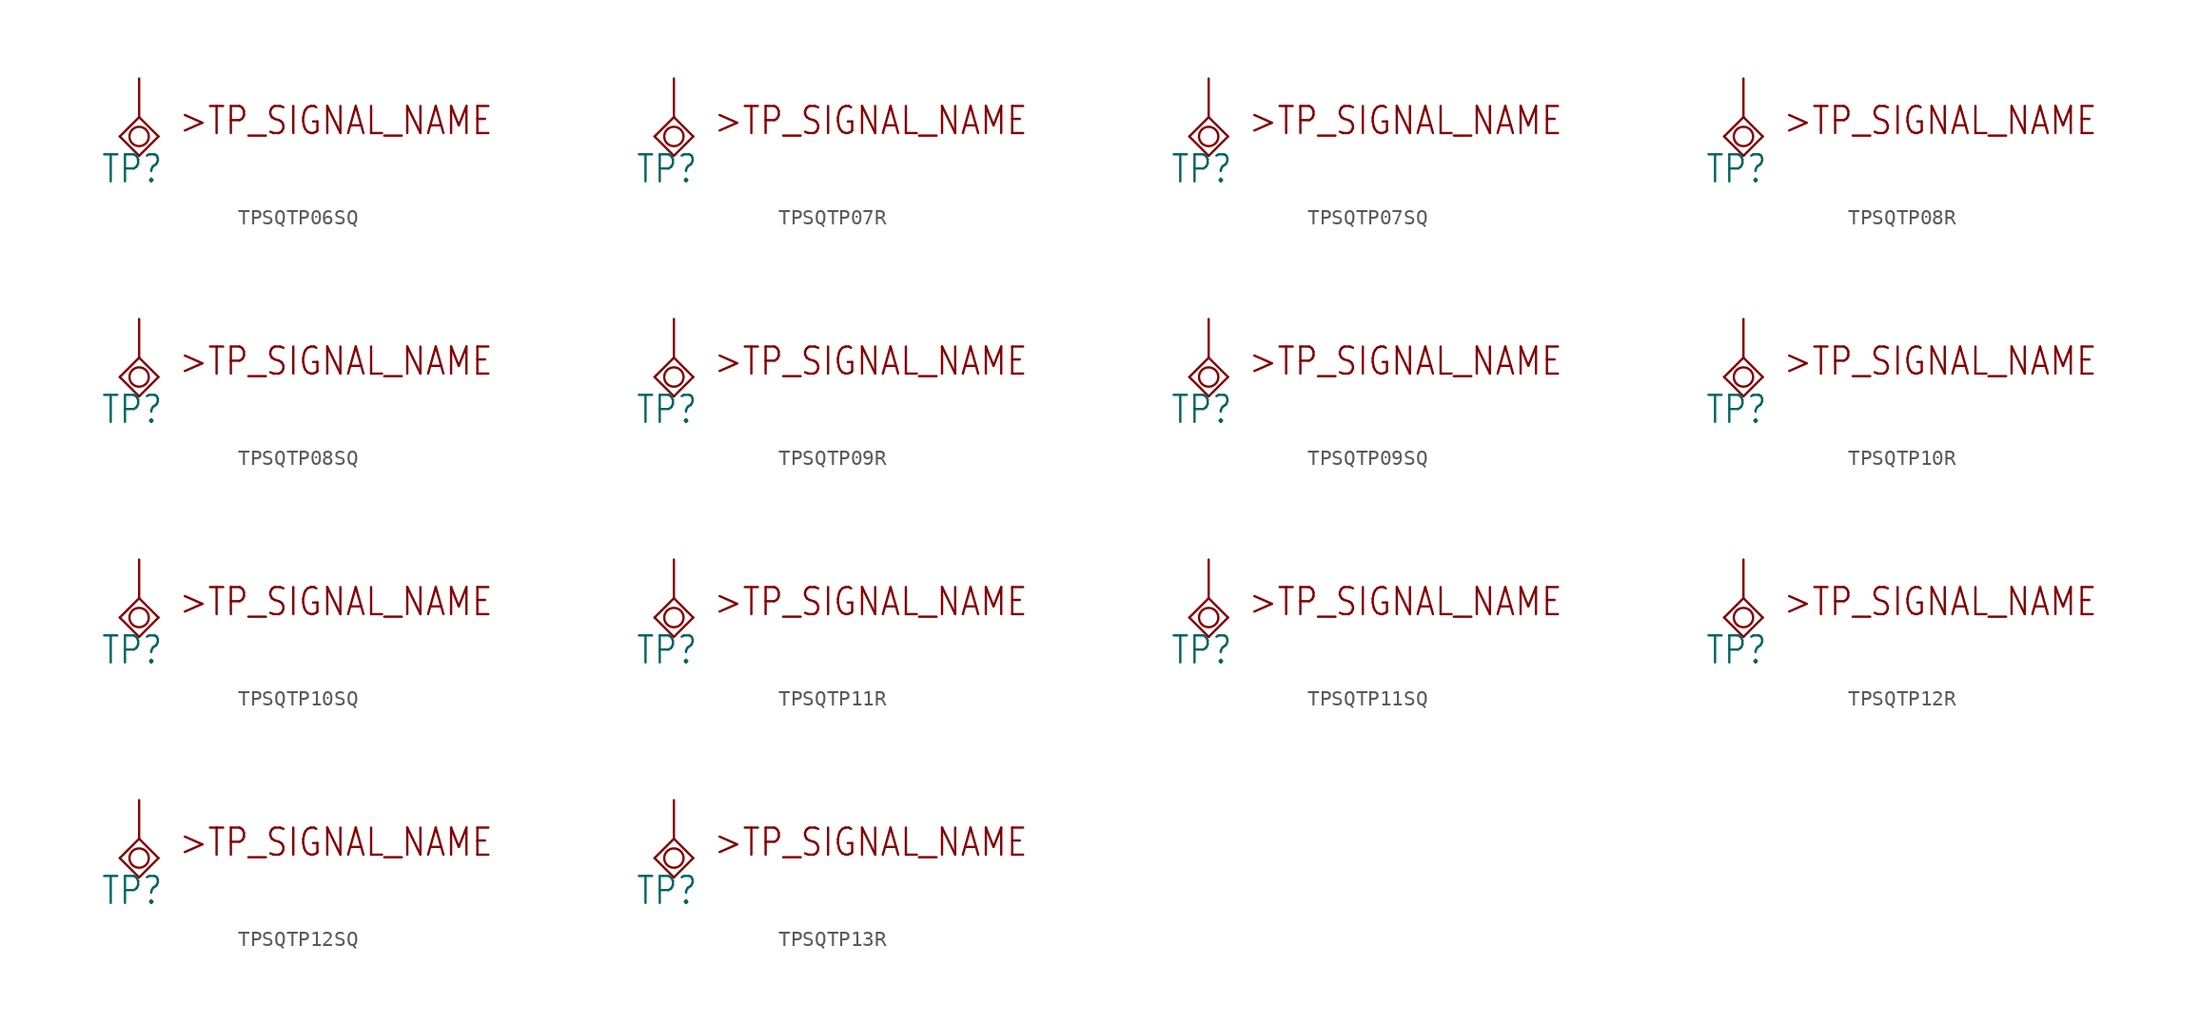
<source format=kicad_sym>
(kicad_symbol_lib
  (version 20200126)
  (host kicad_symbol_editor "(5.99.0-2281-g2f31bf278-dirty)")
  (symbol "TPSQTP06SQ"
    (property "Reference" "TP"
      (at -2.54 -4.445 0)
      (effects (font (size 1.778 1.511)) (justify left bottom)))
    (property "ki_locked" ""
      (at 0 0 0)
      (effects (font (size 1.27 1.27))))
    (symbol "TPSQTP06SQ_1_0"
      (circle (center 0 -1.27) (radius 0.635) (stroke (width 0.152)) (fill (type none)))
      (text ">TP_SIGNAL_NAME" (at 2.54 -1.27 0) (effects (font (size 1.778 1.511)) (justify left bottom)))
      (polyline (pts (xy 0 -2.54) (xy 1.27 -1.27)) (stroke (width 0.152)) (fill (type none)))
      (polyline (pts (xy 1.27 -1.27) (xy 0 0)) (stroke (width 0.152)) (fill (type none)))
      (polyline (pts (xy 0 0) (xy -1.27 -1.27)) (stroke (width 0.152)) (fill (type none)))
      (polyline (pts (xy -1.27 -1.27) (xy 0 -2.54)) (stroke (width 0.152)) (fill (type none)))
      (pin input line (at 0 2.54 270) (length 2.54) (name "TP" (effects (font (size 0 0)))) (number "TP" (effects (font (size 0 0)))))))
  (symbol "TPSQTP07R"
    (property "Reference" "TP"
      (at -2.54 -4.445 0)
      (effects (font (size 1.778 1.511)) (justify left bottom)))
    (property "ki_locked" ""
      (at 0 0 0)
      (effects (font (size 1.27 1.27))))
    (symbol "TPSQTP07R_1_0"
      (circle (center 0 -1.27) (radius 0.635) (stroke (width 0.152)) (fill (type none)))
      (text ">TP_SIGNAL_NAME" (at 2.54 -1.27 0) (effects (font (size 1.778 1.511)) (justify left bottom)))
      (polyline (pts (xy 0 -2.54) (xy 1.27 -1.27)) (stroke (width 0.152)) (fill (type none)))
      (polyline (pts (xy 1.27 -1.27) (xy 0 0)) (stroke (width 0.152)) (fill (type none)))
      (polyline (pts (xy 0 0) (xy -1.27 -1.27)) (stroke (width 0.152)) (fill (type none)))
      (polyline (pts (xy -1.27 -1.27) (xy 0 -2.54)) (stroke (width 0.152)) (fill (type none)))
      (pin input line (at 0 2.54 270) (length 2.54) (name "TP" (effects (font (size 0 0)))) (number "TP" (effects (font (size 0 0)))))))
  (symbol "TPSQTP07SQ"
    (property "Reference" "TP"
      (at -2.54 -4.445 0)
      (effects (font (size 1.778 1.511)) (justify left bottom)))
    (property "ki_locked" ""
      (at 0 0 0)
      (effects (font (size 1.27 1.27))))
    (symbol "TPSQTP07SQ_1_0"
      (circle (center 0 -1.27) (radius 0.635) (stroke (width 0.152)) (fill (type none)))
      (text ">TP_SIGNAL_NAME" (at 2.54 -1.27 0) (effects (font (size 1.778 1.511)) (justify left bottom)))
      (polyline (pts (xy 0 -2.54) (xy 1.27 -1.27)) (stroke (width 0.152)) (fill (type none)))
      (polyline (pts (xy 1.27 -1.27) (xy 0 0)) (stroke (width 0.152)) (fill (type none)))
      (polyline (pts (xy 0 0) (xy -1.27 -1.27)) (stroke (width 0.152)) (fill (type none)))
      (polyline (pts (xy -1.27 -1.27) (xy 0 -2.54)) (stroke (width 0.152)) (fill (type none)))
      (pin input line (at 0 2.54 270) (length 2.54) (name "TP" (effects (font (size 0 0)))) (number "TP" (effects (font (size 0 0)))))))
  (symbol "TPSQTP08R"
    (property "Reference" "TP"
      (at -2.54 -4.445 0)
      (effects (font (size 1.778 1.511)) (justify left bottom)))
    (property "ki_locked" ""
      (at 0 0 0)
      (effects (font (size 1.27 1.27))))
    (symbol "TPSQTP08R_1_0"
      (circle (center 0 -1.27) (radius 0.635) (stroke (width 0.152)) (fill (type none)))
      (text ">TP_SIGNAL_NAME" (at 2.54 -1.27 0) (effects (font (size 1.778 1.511)) (justify left bottom)))
      (polyline (pts (xy 0 -2.54) (xy 1.27 -1.27)) (stroke (width 0.152)) (fill (type none)))
      (polyline (pts (xy 1.27 -1.27) (xy 0 0)) (stroke (width 0.152)) (fill (type none)))
      (polyline (pts (xy 0 0) (xy -1.27 -1.27)) (stroke (width 0.152)) (fill (type none)))
      (polyline (pts (xy -1.27 -1.27) (xy 0 -2.54)) (stroke (width 0.152)) (fill (type none)))
      (pin input line (at 0 2.54 270) (length 2.54) (name "TP" (effects (font (size 0 0)))) (number "TP" (effects (font (size 0 0)))))))
  (symbol "TPSQTP08SQ"
    (property "Reference" "TP"
      (at -2.54 -4.445 0)
      (effects (font (size 1.778 1.511)) (justify left bottom)))
    (property "ki_locked" ""
      (at 0 0 0)
      (effects (font (size 1.27 1.27))))
    (symbol "TPSQTP08SQ_1_0"
      (circle (center 0 -1.27) (radius 0.635) (stroke (width 0.152)) (fill (type none)))
      (text ">TP_SIGNAL_NAME" (at 2.54 -1.27 0) (effects (font (size 1.778 1.511)) (justify left bottom)))
      (polyline (pts (xy 0 -2.54) (xy 1.27 -1.27)) (stroke (width 0.152)) (fill (type none)))
      (polyline (pts (xy 1.27 -1.27) (xy 0 0)) (stroke (width 0.152)) (fill (type none)))
      (polyline (pts (xy 0 0) (xy -1.27 -1.27)) (stroke (width 0.152)) (fill (type none)))
      (polyline (pts (xy -1.27 -1.27) (xy 0 -2.54)) (stroke (width 0.152)) (fill (type none)))
      (pin input line (at 0 2.54 270) (length 2.54) (name "TP" (effects (font (size 0 0)))) (number "TP" (effects (font (size 0 0)))))))
  (symbol "TPSQTP09R"
    (property "Reference" "TP"
      (at -2.54 -4.445 0)
      (effects (font (size 1.778 1.511)) (justify left bottom)))
    (property "ki_locked" ""
      (at 0 0 0)
      (effects (font (size 1.27 1.27))))
    (symbol "TPSQTP09R_1_0"
      (circle (center 0 -1.27) (radius 0.635) (stroke (width 0.152)) (fill (type none)))
      (text ">TP_SIGNAL_NAME" (at 2.54 -1.27 0) (effects (font (size 1.778 1.511)) (justify left bottom)))
      (polyline (pts (xy 0 -2.54) (xy 1.27 -1.27)) (stroke (width 0.152)) (fill (type none)))
      (polyline (pts (xy 1.27 -1.27) (xy 0 0)) (stroke (width 0.152)) (fill (type none)))
      (polyline (pts (xy 0 0) (xy -1.27 -1.27)) (stroke (width 0.152)) (fill (type none)))
      (polyline (pts (xy -1.27 -1.27) (xy 0 -2.54)) (stroke (width 0.152)) (fill (type none)))
      (pin input line (at 0 2.54 270) (length 2.54) (name "TP" (effects (font (size 0 0)))) (number "TP" (effects (font (size 0 0)))))))
  (symbol "TPSQTP09SQ"
    (property "Reference" "TP"
      (at -2.54 -4.445 0)
      (effects (font (size 1.778 1.511)) (justify left bottom)))
    (property "ki_locked" ""
      (at 0 0 0)
      (effects (font (size 1.27 1.27))))
    (symbol "TPSQTP09SQ_1_0"
      (circle (center 0 -1.27) (radius 0.635) (stroke (width 0.152)) (fill (type none)))
      (text ">TP_SIGNAL_NAME" (at 2.54 -1.27 0) (effects (font (size 1.778 1.511)) (justify left bottom)))
      (polyline (pts (xy 0 -2.54) (xy 1.27 -1.27)) (stroke (width 0.152)) (fill (type none)))
      (polyline (pts (xy 1.27 -1.27) (xy 0 0)) (stroke (width 0.152)) (fill (type none)))
      (polyline (pts (xy 0 0) (xy -1.27 -1.27)) (stroke (width 0.152)) (fill (type none)))
      (polyline (pts (xy -1.27 -1.27) (xy 0 -2.54)) (stroke (width 0.152)) (fill (type none)))
      (pin input line (at 0 2.54 270) (length 2.54) (name "TP" (effects (font (size 0 0)))) (number "TP" (effects (font (size 0 0)))))))
  (symbol "TPSQTP10R"
    (property "Reference" "TP"
      (at -2.54 -4.445 0)
      (effects (font (size 1.778 1.511)) (justify left bottom)))
    (property "ki_locked" ""
      (at 0 0 0)
      (effects (font (size 1.27 1.27))))
    (symbol "TPSQTP10R_1_0"
      (circle (center 0 -1.27) (radius 0.635) (stroke (width 0.152)) (fill (type none)))
      (text ">TP_SIGNAL_NAME" (at 2.54 -1.27 0) (effects (font (size 1.778 1.511)) (justify left bottom)))
      (polyline (pts (xy 0 -2.54) (xy 1.27 -1.27)) (stroke (width 0.152)) (fill (type none)))
      (polyline (pts (xy 1.27 -1.27) (xy 0 0)) (stroke (width 0.152)) (fill (type none)))
      (polyline (pts (xy 0 0) (xy -1.27 -1.27)) (stroke (width 0.152)) (fill (type none)))
      (polyline (pts (xy -1.27 -1.27) (xy 0 -2.54)) (stroke (width 0.152)) (fill (type none)))
      (pin input line (at 0 2.54 270) (length 2.54) (name "TP" (effects (font (size 0 0)))) (number "TP" (effects (font (size 0 0)))))))
  (symbol "TPSQTP10SQ"
    (property "Reference" "TP"
      (at -2.54 -4.445 0)
      (effects (font (size 1.778 1.511)) (justify left bottom)))
    (property "ki_locked" ""
      (at 0 0 0)
      (effects (font (size 1.27 1.27))))
    (symbol "TPSQTP10SQ_1_0"
      (circle (center 0 -1.27) (radius 0.635) (stroke (width 0.152)) (fill (type none)))
      (text ">TP_SIGNAL_NAME" (at 2.54 -1.27 0) (effects (font (size 1.778 1.511)) (justify left bottom)))
      (polyline (pts (xy 0 -2.54) (xy 1.27 -1.27)) (stroke (width 0.152)) (fill (type none)))
      (polyline (pts (xy 1.27 -1.27) (xy 0 0)) (stroke (width 0.152)) (fill (type none)))
      (polyline (pts (xy 0 0) (xy -1.27 -1.27)) (stroke (width 0.152)) (fill (type none)))
      (polyline (pts (xy -1.27 -1.27) (xy 0 -2.54)) (stroke (width 0.152)) (fill (type none)))
      (pin input line (at 0 2.54 270) (length 2.54) (name "TP" (effects (font (size 0 0)))) (number "TP" (effects (font (size 0 0)))))))
  (symbol "TPSQTP11R"
    (property "Reference" "TP"
      (at -2.54 -4.445 0)
      (effects (font (size 1.778 1.511)) (justify left bottom)))
    (property "ki_locked" ""
      (at 0 0 0)
      (effects (font (size 1.27 1.27))))
    (symbol "TPSQTP11R_1_0"
      (circle (center 0 -1.27) (radius 0.635) (stroke (width 0.152)) (fill (type none)))
      (text ">TP_SIGNAL_NAME" (at 2.54 -1.27 0) (effects (font (size 1.778 1.511)) (justify left bottom)))
      (polyline (pts (xy 0 -2.54) (xy 1.27 -1.27)) (stroke (width 0.152)) (fill (type none)))
      (polyline (pts (xy 1.27 -1.27) (xy 0 0)) (stroke (width 0.152)) (fill (type none)))
      (polyline (pts (xy 0 0) (xy -1.27 -1.27)) (stroke (width 0.152)) (fill (type none)))
      (polyline (pts (xy -1.27 -1.27) (xy 0 -2.54)) (stroke (width 0.152)) (fill (type none)))
      (pin input line (at 0 2.54 270) (length 2.54) (name "TP" (effects (font (size 0 0)))) (number "TP" (effects (font (size 0 0)))))))
  (symbol "TPSQTP11SQ"
    (property "Reference" "TP"
      (at -2.54 -4.445 0)
      (effects (font (size 1.778 1.511)) (justify left bottom)))
    (property "ki_locked" ""
      (at 0 0 0)
      (effects (font (size 1.27 1.27))))
    (symbol "TPSQTP11SQ_1_0"
      (circle (center 0 -1.27) (radius 0.635) (stroke (width 0.152)) (fill (type none)))
      (text ">TP_SIGNAL_NAME" (at 2.54 -1.27 0) (effects (font (size 1.778 1.511)) (justify left bottom)))
      (polyline (pts (xy 0 -2.54) (xy 1.27 -1.27)) (stroke (width 0.152)) (fill (type none)))
      (polyline (pts (xy 1.27 -1.27) (xy 0 0)) (stroke (width 0.152)) (fill (type none)))
      (polyline (pts (xy 0 0) (xy -1.27 -1.27)) (stroke (width 0.152)) (fill (type none)))
      (polyline (pts (xy -1.27 -1.27) (xy 0 -2.54)) (stroke (width 0.152)) (fill (type none)))
      (pin input line (at 0 2.54 270) (length 2.54) (name "TP" (effects (font (size 0 0)))) (number "TP" (effects (font (size 0 0)))))))
  (symbol "TPSQTP12R"
    (property "Reference" "TP"
      (at -2.54 -4.445 0)
      (effects (font (size 1.778 1.511)) (justify left bottom)))
    (property "ki_locked" ""
      (at 0 0 0)
      (effects (font (size 1.27 1.27))))
    (symbol "TPSQTP12R_1_0"
      (circle (center 0 -1.27) (radius 0.635) (stroke (width 0.152)) (fill (type none)))
      (text ">TP_SIGNAL_NAME" (at 2.54 -1.27 0) (effects (font (size 1.778 1.511)) (justify left bottom)))
      (polyline (pts (xy 0 -2.54) (xy 1.27 -1.27)) (stroke (width 0.152)) (fill (type none)))
      (polyline (pts (xy 1.27 -1.27) (xy 0 0)) (stroke (width 0.152)) (fill (type none)))
      (polyline (pts (xy 0 0) (xy -1.27 -1.27)) (stroke (width 0.152)) (fill (type none)))
      (polyline (pts (xy -1.27 -1.27) (xy 0 -2.54)) (stroke (width 0.152)) (fill (type none)))
      (pin input line (at 0 2.54 270) (length 2.54) (name "TP" (effects (font (size 0 0)))) (number "TP" (effects (font (size 0 0)))))))
  (symbol "TPSQTP12SQ"
    (property "Reference" "TP"
      (at -2.54 -4.445 0)
      (effects (font (size 1.778 1.511)) (justify left bottom)))
    (property "ki_locked" ""
      (at 0 0 0)
      (effects (font (size 1.27 1.27))))
    (symbol "TPSQTP12SQ_1_0"
      (circle (center 0 -1.27) (radius 0.635) (stroke (width 0.152)) (fill (type none)))
      (text ">TP_SIGNAL_NAME" (at 2.54 -1.27 0) (effects (font (size 1.778 1.511)) (justify left bottom)))
      (polyline (pts (xy 0 -2.54) (xy 1.27 -1.27)) (stroke (width 0.152)) (fill (type none)))
      (polyline (pts (xy 1.27 -1.27) (xy 0 0)) (stroke (width 0.152)) (fill (type none)))
      (polyline (pts (xy 0 0) (xy -1.27 -1.27)) (stroke (width 0.152)) (fill (type none)))
      (polyline (pts (xy -1.27 -1.27) (xy 0 -2.54)) (stroke (width 0.152)) (fill (type none)))
      (pin input line (at 0 2.54 270) (length 2.54) (name "TP" (effects (font (size 0 0)))) (number "TP" (effects (font (size 0 0)))))))
  (symbol "TPSQTP13R"
    (property "Reference" "TP"
      (at -2.54 -4.445 0)
      (effects (font (size 1.778 1.511)) (justify left bottom)))
    (property "ki_locked" ""
      (at 0 0 0)
      (effects (font (size 1.27 1.27))))
    (symbol "TPSQTP13R_1_0"
      (circle (center 0 -1.27) (radius 0.635) (stroke (width 0.152)) (fill (type none)))
      (text ">TP_SIGNAL_NAME" (at 2.54 -1.27 0) (effects (font (size 1.778 1.511)) (justify left bottom)))
      (polyline (pts (xy 0 -2.54) (xy 1.27 -1.27)) (stroke (width 0.152)) (fill (type none)))
      (polyline (pts (xy 1.27 -1.27) (xy 0 0)) (stroke (width 0.152)) (fill (type none)))
      (polyline (pts (xy 0 0) (xy -1.27 -1.27)) (stroke (width 0.152)) (fill (type none)))
      (polyline (pts (xy -1.27 -1.27) (xy 0 -2.54)) (stroke (width 0.152)) (fill (type none)))
      (pin input line (at 0 2.54 270) (length 2.54) (name "TP" (effects (font (size 0 0)))) (number "TP" (effects (font (size 0 0))))))))
</source>
